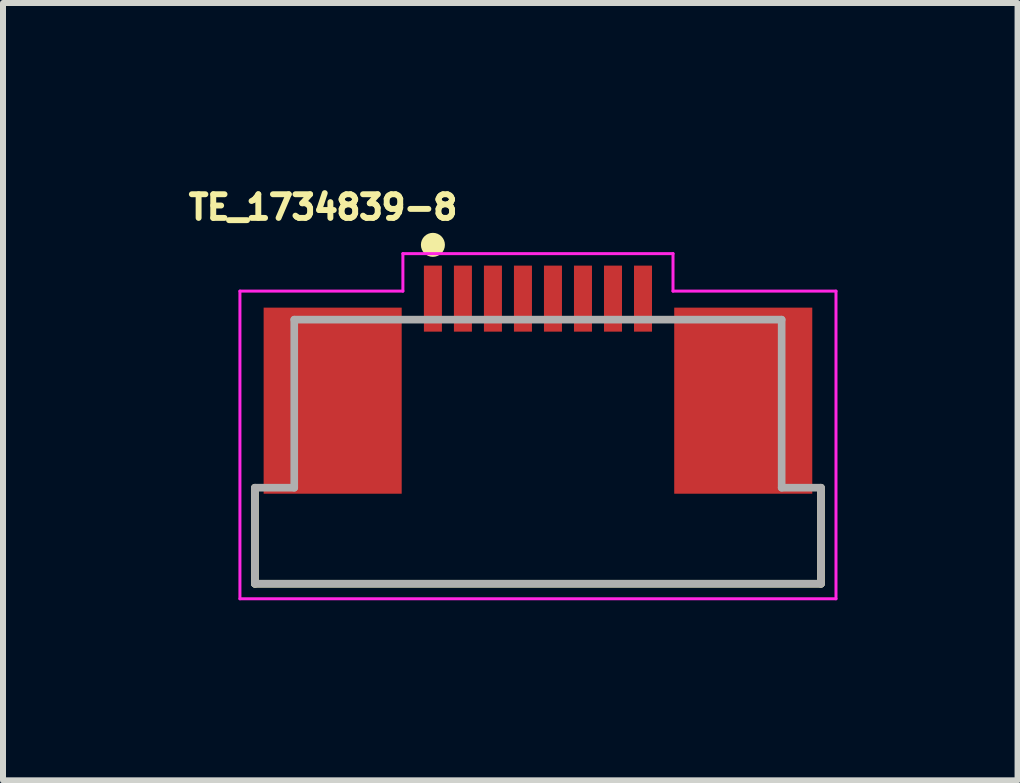
<source format=kicad_pcb>
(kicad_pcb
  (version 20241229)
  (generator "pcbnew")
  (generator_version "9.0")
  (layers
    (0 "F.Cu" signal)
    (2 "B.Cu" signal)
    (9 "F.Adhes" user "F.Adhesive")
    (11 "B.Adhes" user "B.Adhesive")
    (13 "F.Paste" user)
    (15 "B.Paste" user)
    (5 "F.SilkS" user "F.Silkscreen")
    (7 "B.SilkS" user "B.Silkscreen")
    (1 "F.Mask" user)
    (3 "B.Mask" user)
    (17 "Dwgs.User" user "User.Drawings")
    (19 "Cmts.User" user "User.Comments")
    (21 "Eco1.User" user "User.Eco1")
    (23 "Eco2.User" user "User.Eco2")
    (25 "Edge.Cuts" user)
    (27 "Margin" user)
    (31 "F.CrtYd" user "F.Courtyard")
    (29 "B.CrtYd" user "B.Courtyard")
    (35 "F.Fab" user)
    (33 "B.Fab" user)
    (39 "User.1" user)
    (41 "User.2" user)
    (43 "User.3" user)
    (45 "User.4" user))
  (footprint "TE_1734839-8"
    (layer "F.Cu")
    (at 5.912 1.925)
    (property "Reference" "TE_1734839-8" (at -3.58 -1.522 0) (layer "F.SilkS") (effects (font (size 0.394 0.394) (thickness 0.15))))
    (attr smd)
    (fp_line (start -4.715 3.15) (end -4.715 4.75) (stroke (width 0.127) (type solid)) (layer "F.SilkS"))
    (fp_line (start -4.715 4.75) (end 4.715 4.75) (stroke (width 0.127) (type solid)) (layer "F.SilkS"))
    (fp_line (start 4.715 4.75) (end 4.715 3.15) (stroke (width 0.127) (type solid)) (layer "F.SilkS"))
    (fp_circle (center -1.75 -0.896) (end -1.65 -0.896) (stroke (width 0.2) (type solid)) (fill no) (layer "F.SilkS"))
    (fp_line (start -4.965 -0.125) (end -4.965 5) (stroke (width 0.05) (type solid)) (layer "F.CrtYd"))
    (fp_line (start -4.965 5) (end 4.965 5) (stroke (width 0.05) (type solid)) (layer "F.CrtYd"))
    (fp_line (start -2.25 -0.75) (end -2.25 -0.125) (stroke (width 0.05) (type solid)) (layer "F.CrtYd"))
    (fp_line (start -2.25 -0.125) (end -4.965 -0.125) (stroke (width 0.05) (type solid)) (layer "F.CrtYd"))
    (fp_line (start 2.25 -0.75) (end -2.25 -0.75) (stroke (width 0.05) (type solid)) (layer "F.CrtYd"))
    (fp_line (start 2.25 -0.125) (end 2.25 -0.75) (stroke (width 0.05) (type solid)) (layer "F.CrtYd"))
    (fp_line (start 4.965 -0.125) (end 2.25 -0.125) (stroke (width 0.05) (type solid)) (layer "F.CrtYd"))
    (fp_line (start 4.965 5) (end 4.965 -0.125) (stroke (width 0.05) (type solid)) (layer "F.CrtYd"))
    (fp_line (start -4.715 3.15) (end -4.715 4.75) (stroke (width 0.127) (type solid)) (layer "F.Fab"))
    (fp_line (start -4.715 4.75) (end 4.715 4.75) (stroke (width 0.127) (type solid)) (layer "F.Fab"))
    (fp_line (start -4.06 0.35) (end -4.06 3.15) (stroke (width 0.127) (type solid)) (layer "F.Fab"))
    (fp_line (start -4.06 3.15) (end -4.715 3.15) (stroke (width 0.127) (type solid)) (layer "F.Fab"))
    (fp_line (start 4.06 0.35) (end -4.06 0.35) (stroke (width 0.127) (type solid)) (layer "F.Fab"))
    (fp_line (start 4.06 3.15) (end 4.06 0.35) (stroke (width 0.127) (type solid)) (layer "F.Fab"))
    (fp_line (start 4.715 3.15) (end 4.06 3.15) (stroke (width 0.127) (type solid)) (layer "F.Fab"))
    (fp_line (start 4.715 4.75) (end 4.715 3.15) (stroke (width 0.127) (type solid)) (layer "F.Fab"))
    (pad "1" smd rect (at -1.75 0) (size 0.3 1.1) (layers "F.Cu" "F.Mask" "F.Paste"))
    (pad "2" smd rect (at -1.25 0) (size 0.3 1.1) (layers "F.Cu" "F.Mask" "F.Paste"))
    (pad "3" smd rect (at -0.75 0) (size 0.3 1.1) (layers "F.Cu" "F.Mask" "F.Paste"))
    (pad "4" smd rect (at -0.25 0) (size 0.3 1.1) (layers "F.Cu" "F.Mask" "F.Paste"))
    (pad "5" smd rect (at 0.25 0) (size 0.3 1.1) (layers "F.Cu" "F.Mask" "F.Paste"))
    (pad "6" smd rect (at 0.75 0) (size 0.3 1.1) (layers "F.Cu" "F.Mask" "F.Paste"))
    (pad "7" smd rect (at 1.25 0) (size 0.3 1.1) (layers "F.Cu" "F.Mask" "F.Paste"))
    (pad "8" smd rect (at 1.75 0) (size 0.3 1.1) (layers "F.Cu" "F.Mask" "F.Paste"))
    (pad "S1" smd rect (at -3.42 1.7) (size 2.3 3.1) (layers "F.Cu" "F.Mask" "F.Paste"))
    (pad "S2" smd rect (at 3.42 1.7) (size 2.3 3.1) (layers "F.Cu" "F.Mask" "F.Paste")))
  (gr_rect
    (start -3 -3)
    (end 13.902 9.95)
    (stroke (width 0.1) (type default))
    (fill no)
    (layer "Edge.Cuts")))
</source>
